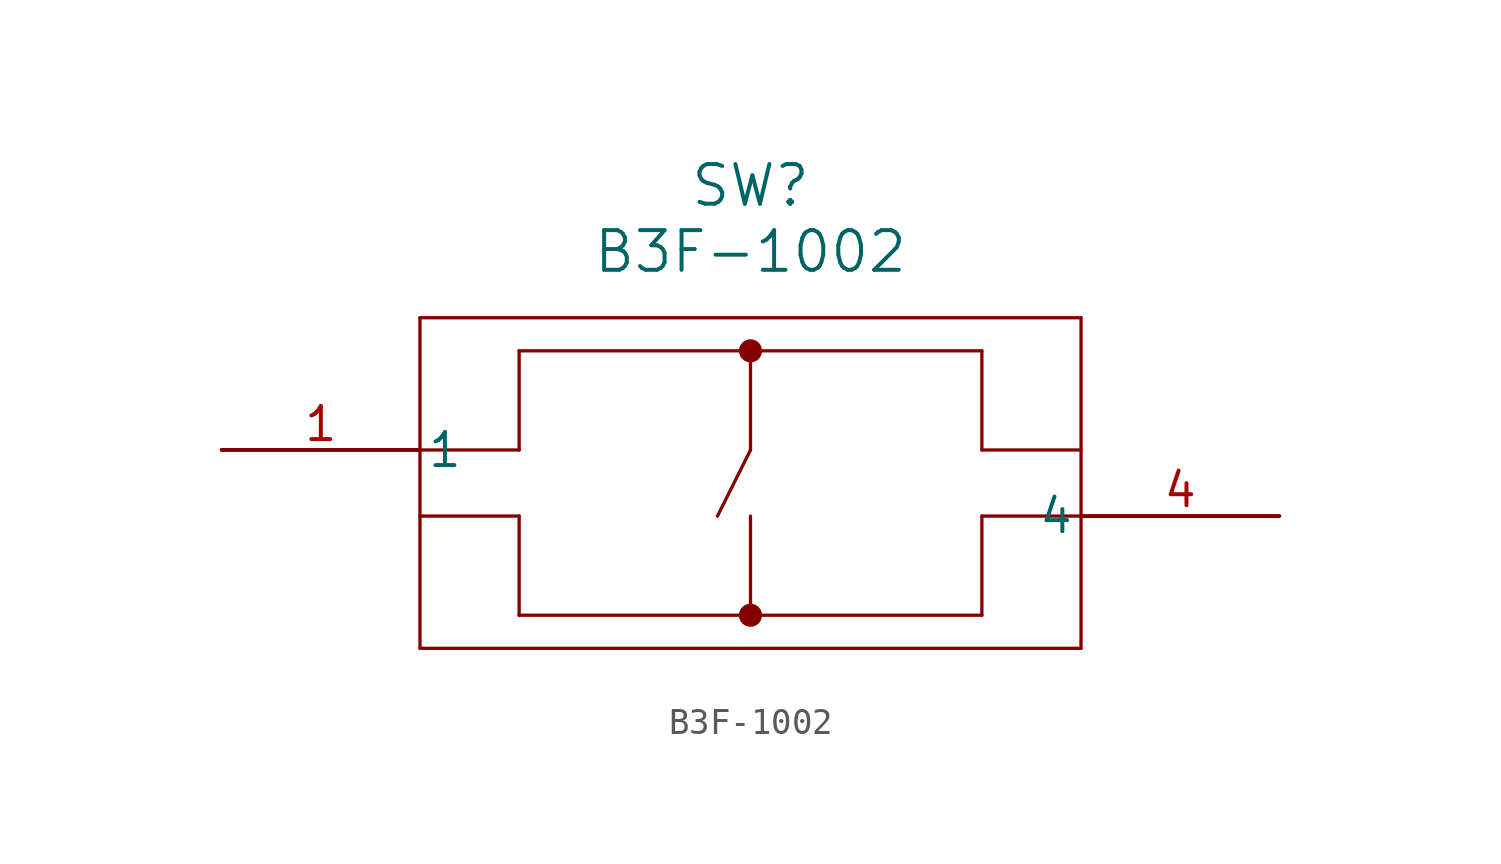
<source format=kicad_sym>
(kicad_symbol_lib
  (version 20211014)
  (generator kicad_symbol_editor)
  (symbol "B3F-1002"
    (pin_names
      (offset 0.254))
    (property "Reference" "SW"
      (at 20.32 10.16 0)
      (effects (font (size 1.524 1.524))))
    (property "Value" "B3F-1002"
      (at 20.32 7.62 0)
      (effects (font (size 1.524 1.524))))
    (symbol "B3F-1002_0_1"
      (polyline (pts (xy 7.62 5.08) (xy 7.62 -7.62)) (stroke (width 0.127) (type default) (color 0 0 0 0)) (fill (type none)))
      (polyline (pts (xy 7.62 -7.62) (xy 33.02 -7.62)) (stroke (width 0.127) (type default) (color 0 0 0 0)) (fill (type none)))
      (polyline (pts (xy 33.02 -7.62) (xy 33.02 5.08)) (stroke (width 0.127) (type default) (color 0 0 0 0)) (fill (type none)))
      (polyline (pts (xy 33.02 5.08) (xy 7.62 5.08)) (stroke (width 0.127) (type default) (color 0 0 0 0)) (fill (type none)))
      (polyline (pts (xy 7.62 0) (xy 11.43 0)) (stroke (width 0.127) (type default) (color 0 0 0 0)) (fill (type none)))
      (polyline (pts (xy 7.62 -2.54) (xy 11.43 -2.54)) (stroke (width 0.127) (type default) (color 0 0 0 0)) (fill (type none)))
      (polyline (pts (xy 33.02 0) (xy 29.21 0)) (stroke (width 0.127) (type default) (color 0 0 0 0)) (fill (type none)))
      (polyline (pts (xy 29.21 -2.54) (xy 33.02 -2.54)) (stroke (width 0.127) (type default) (color 0 0 0 0)) (fill (type none)))
      (polyline (pts (xy 29.21 0) (xy 29.21 3.81)) (stroke (width 0.127) (type default) (color 0 0 0 0)) (fill (type none)))
      (polyline (pts (xy 29.21 3.81) (xy 11.43 3.81)) (stroke (width 0.127) (type default) (color 0 0 0 0)) (fill (type none)))
      (polyline (pts (xy 11.43 0) (xy 11.43 3.81)) (stroke (width 0.127) (type default) (color 0 0 0 0)) (fill (type none)))
      (polyline (pts (xy 11.43 -2.54) (xy 11.43 -6.35)) (stroke (width 0.127) (type default) (color 0 0 0 0)) (fill (type none)))
      (polyline (pts (xy 11.43 -6.35) (xy 29.21 -6.35)) (stroke (width 0.127) (type default) (color 0 0 0 0)) (fill (type none)))
      (polyline (pts (xy 29.21 -6.35) (xy 29.21 -2.54)) (stroke (width 0.127) (type default) (color 0 0 0 0)) (fill (type none)))
      (circle (center 20.32 3.81) (radius 0.254) (stroke (width 0.381) (type default) (color 0 0 0 0)) (fill (type none)))
      (circle (center 20.32 -6.35) (radius 0.254) (stroke (width 0.381) (type default) (color 0 0 0 0)) (fill (type none)))
      (polyline (pts (xy 20.32 3.81) (xy 20.32 0)) (stroke (width 0.127) (type default) (color 0 0 0 0)) (fill (type none)))
      (polyline (pts (xy 20.32 -2.54) (xy 20.32 -6.35)) (stroke (width 0.127) (type default) (color 0 0 0 0)) (fill (type none)))
      (polyline (pts (xy 20.32 0) (xy 19.05 -2.54)) (stroke (width 0.127) (type default) (color 0 0 0 0)) (fill (type none)))
      (pin unspecified line (at 0 0 0) (length 7.62) (name "1" (effects (font (size 1.27 1.27)))) (number "1" (effects (font (size 1.27 1.27)))))
      (pin unspecified line (at 40.64 -2.54 180) (length 7.62) (name "4" (effects (font (size 1.27 1.27)))) (number "4" (effects (font (size 1.27 1.27))))))))
</source>
